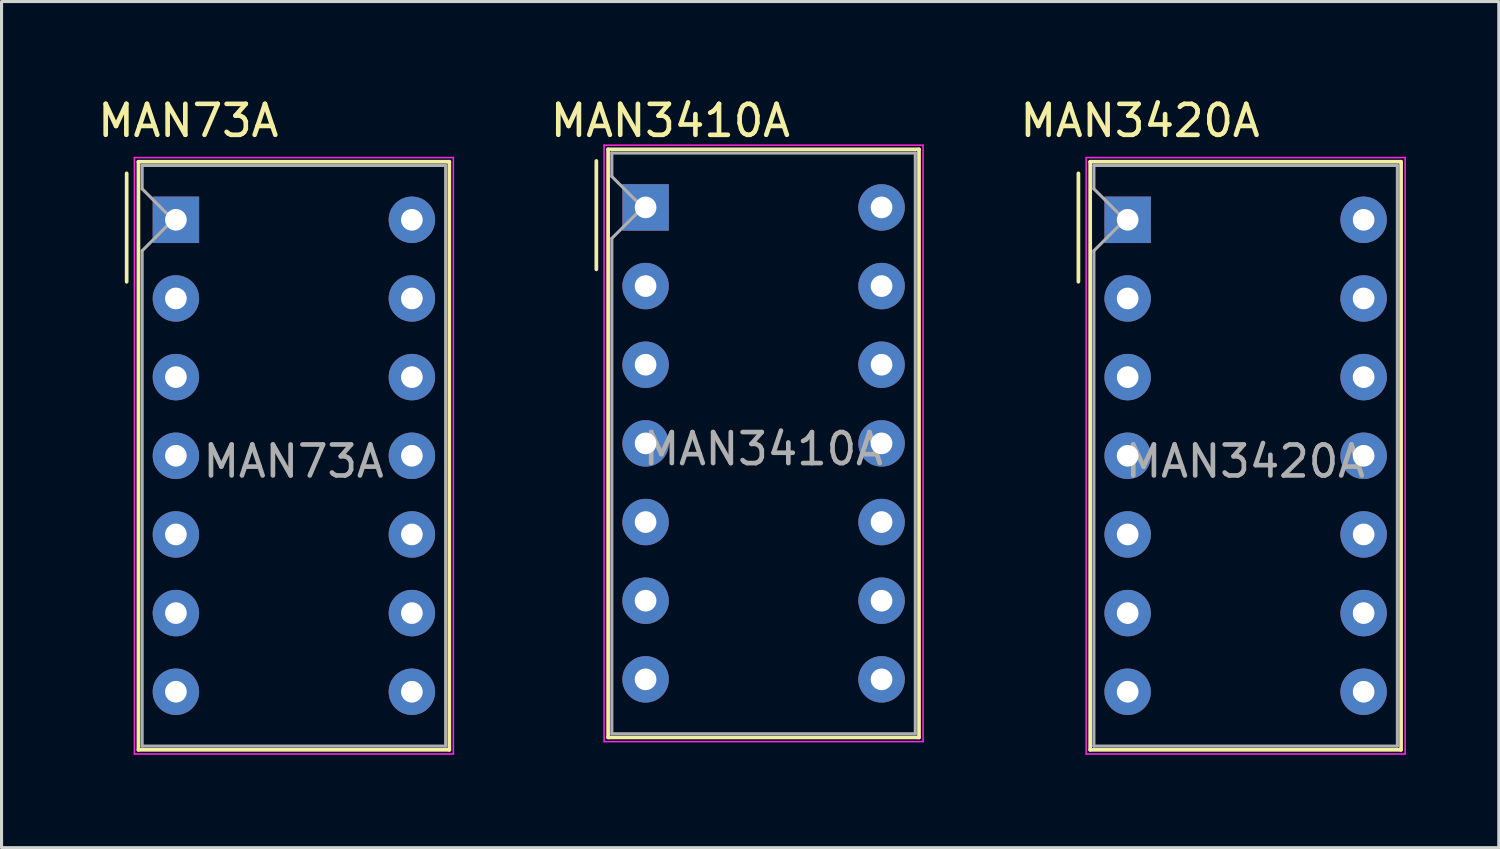
<source format=kicad_pcb>
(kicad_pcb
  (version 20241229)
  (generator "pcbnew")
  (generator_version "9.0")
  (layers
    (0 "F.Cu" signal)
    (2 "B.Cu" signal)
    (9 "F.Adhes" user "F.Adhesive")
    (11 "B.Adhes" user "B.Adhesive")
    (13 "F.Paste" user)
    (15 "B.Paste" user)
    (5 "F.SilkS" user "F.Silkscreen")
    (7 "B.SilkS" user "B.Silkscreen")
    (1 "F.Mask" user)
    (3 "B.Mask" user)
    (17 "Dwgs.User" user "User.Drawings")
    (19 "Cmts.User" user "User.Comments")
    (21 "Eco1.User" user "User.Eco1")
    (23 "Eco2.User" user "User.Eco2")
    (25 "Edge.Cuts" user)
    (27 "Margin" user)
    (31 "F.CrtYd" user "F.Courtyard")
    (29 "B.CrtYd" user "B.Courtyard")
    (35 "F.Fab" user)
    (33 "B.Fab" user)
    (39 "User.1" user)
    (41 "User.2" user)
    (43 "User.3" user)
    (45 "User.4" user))
  (footprint "MAN3410A"
    (layer "F.Cu")
    (at 17.797 3.648)
    (property "Reference" "MAN3410A" (at 0.8 -2.8 0) (layer "F.SilkS") (effects (font (size 1 1) (thickness 0.15))))
    (attr through_hole)
    (fp_line (start -1.59 -1.5) (end -1.59 2) (stroke (width 0.12) (type solid)) (layer "F.SilkS"))
    (fp_line (start -1.21 -1.875) (end 8.83 -1.875) (stroke (width 0.12) (type solid)) (layer "F.SilkS"))
    (fp_line (start -1.21 17.115) (end -1.21 -1.875) (stroke (width 0.12) (type solid)) (layer "F.SilkS"))
    (fp_line (start 8.83 -1.875) (end 8.83 17.115) (stroke (width 0.12) (type solid)) (layer "F.SilkS"))
    (fp_line (start 8.83 17.115) (end -1.21 17.115) (stroke (width 0.12) (type solid)) (layer "F.SilkS"))
    (fp_line (start -1.34 -2.01) (end 8.96 -2.01) (stroke (width 0.05) (type solid)) (layer "F.CrtYd"))
    (fp_line (start -1.34 17.25) (end -1.34 -2.01) (stroke (width 0.05) (type solid)) (layer "F.CrtYd"))
    (fp_line (start 8.96 -2.01) (end 8.96 17.25) (stroke (width 0.05) (type solid)) (layer "F.CrtYd"))
    (fp_line (start 8.96 17.25) (end -1.34 17.25) (stroke (width 0.05) (type solid)) (layer "F.CrtYd"))
    (fp_line (start -1.09 -1.755) (end 8.71 -1.755) (stroke (width 0.1) (type solid)) (layer "F.Fab"))
    (fp_line (start -1.09 -1) (end -1.09 -1.755) (stroke (width 0.1) (type solid)) (layer "F.Fab"))
    (fp_line (start -1.09 1) (end -0.09 0) (stroke (width 0.1) (type solid)) (layer "F.Fab"))
    (fp_line (start -1.09 16.995) (end -1.09 1) (stroke (width 0.1) (type solid)) (layer "F.Fab"))
    (fp_line (start -0.09 0) (end -1.09 -1) (stroke (width 0.1) (type solid)) (layer "F.Fab"))
    (fp_line (start 8.71 -1.755) (end 8.71 16.995) (stroke (width 0.1) (type solid)) (layer "F.Fab"))
    (fp_line (start 8.71 16.995) (end -1.09 16.995) (stroke (width 0.1) (type solid)) (layer "F.Fab"))
    (fp_text user "${REFERENCE}" (at 3.8 7.8 0) (layer "F.Fab") (effects (font (size 1 1) (thickness 0.15))))
    (pad "1" thru_hole rect (at 0 0) (size 1.5 1.5) (drill 0.7) (layers "*.Cu" "*.Mask"))
    (pad "2" thru_hole circle (at 0 2.54) (size 1.5 1.5) (drill 0.7) (layers "*.Cu" "*.Mask"))
    (pad "3" thru_hole circle (at 0 5.08) (size 1.5 1.5) (drill 0.7) (layers "*.Cu" "*.Mask"))
    (pad "4" thru_hole circle (at 0 7.62) (size 1.5 1.5) (drill 0.7) (layers "*.Cu" "*.Mask"))
    (pad "5" thru_hole circle (at 0 10.16) (size 1.5 1.5) (drill 0.7) (layers "*.Cu" "*.Mask"))
    (pad "6" thru_hole circle (at 0 12.7) (size 1.5 1.5) (drill 0.7) (layers "*.Cu" "*.Mask"))
    (pad "7" thru_hole circle (at 0 15.24) (size 1.5 1.5) (drill 0.7) (layers "*.Cu" "*.Mask"))
    (pad "8" thru_hole circle (at 7.62 15.24) (size 1.5 1.5) (drill 0.7) (layers "*.Cu" "*.Mask"))
    (pad "9" thru_hole circle (at 7.62 12.7) (size 1.5 1.5) (drill 0.7) (layers "*.Cu" "*.Mask"))
    (pad "10" thru_hole circle (at 7.62 10.16) (size 1.5 1.5) (drill 0.7) (layers "*.Cu" "*.Mask"))
    (pad "11" thru_hole circle (at 7.62 7.62) (size 1.5 1.5) (drill 0.7) (layers "*.Cu" "*.Mask"))
    (pad "12" thru_hole circle (at 7.62 5.08) (size 1.5 1.5) (drill 0.7) (layers "*.Cu" "*.Mask"))
    (pad "13" thru_hole circle (at 7.62 2.54) (size 1.5 1.5) (drill 0.7) (layers "*.Cu" "*.Mask"))
    (pad "14" thru_hole circle (at 7.62 0) (size 1.5 1.5) (drill 0.7) (layers "*.Cu" "*.Mask")))
  (footprint "MAN73A"
    (layer "F.Cu")
    (at 2.63 4.048)
    (property "Reference" "MAN73A" (at 0.4 -3.2 0) (layer "F.SilkS") (effects (font (size 1 1) (thickness 0.15))))
    (attr through_hole)
    (fp_line (start -1.59 -1.5) (end -1.59 2) (stroke (width 0.12) (type solid)) (layer "F.SilkS"))
    (fp_line (start -1.21 -1.875) (end 8.83 -1.875) (stroke (width 0.12) (type solid)) (layer "F.SilkS"))
    (fp_line (start -1.21 17.115) (end -1.21 -1.875) (stroke (width 0.12) (type solid)) (layer "F.SilkS"))
    (fp_line (start 8.83 -1.875) (end 8.83 17.115) (stroke (width 0.12) (type solid)) (layer "F.SilkS"))
    (fp_line (start 8.83 17.115) (end -1.21 17.115) (stroke (width 0.12) (type solid)) (layer "F.SilkS"))
    (fp_line (start -1.34 -2.01) (end 8.96 -2.01) (stroke (width 0.05) (type solid)) (layer "F.CrtYd"))
    (fp_line (start -1.34 17.25) (end -1.34 -2.01) (stroke (width 0.05) (type solid)) (layer "F.CrtYd"))
    (fp_line (start 8.96 -2.01) (end 8.96 17.25) (stroke (width 0.05) (type solid)) (layer "F.CrtYd"))
    (fp_line (start 8.96 17.25) (end -1.34 17.25) (stroke (width 0.05) (type solid)) (layer "F.CrtYd"))
    (fp_line (start -1.09 -1.755) (end 8.71 -1.755) (stroke (width 0.1) (type solid)) (layer "F.Fab"))
    (fp_line (start -1.09 -1) (end -1.09 -1.755) (stroke (width 0.1) (type solid)) (layer "F.Fab"))
    (fp_line (start -1.09 1) (end -0.09 0) (stroke (width 0.1) (type solid)) (layer "F.Fab"))
    (fp_line (start -1.09 16.995) (end -1.09 1) (stroke (width 0.1) (type solid)) (layer "F.Fab"))
    (fp_line (start -0.09 0) (end -1.09 -1) (stroke (width 0.1) (type solid)) (layer "F.Fab"))
    (fp_line (start 8.71 -1.755) (end 8.71 16.995) (stroke (width 0.1) (type solid)) (layer "F.Fab"))
    (fp_line (start 8.71 16.995) (end -1.09 16.995) (stroke (width 0.1) (type solid)) (layer "F.Fab"))
    (fp_text user "${REFERENCE}" (at 3.8 7.8 0) (layer "F.Fab") (effects (font (size 1 1) (thickness 0.15))))
    (pad "1" thru_hole rect (at 0 0) (size 1.5 1.5) (drill 0.7) (layers "*.Cu" "*.Mask"))
    (pad "2" thru_hole circle (at 0 2.54) (size 1.5 1.5) (drill 0.7) (layers "*.Cu" "*.Mask"))
    (pad "3" thru_hole circle (at 0 5.08) (size 1.5 1.5) (drill 0.7) (layers "*.Cu" "*.Mask"))
    (pad "4" thru_hole circle (at 0 7.62) (size 1.5 1.5) (drill 0.7) (layers "*.Cu" "*.Mask"))
    (pad "5" thru_hole circle (at 0 10.16) (size 1.5 1.5) (drill 0.7) (layers "*.Cu" "*.Mask"))
    (pad "6" thru_hole circle (at 0 12.7) (size 1.5 1.5) (drill 0.7) (layers "*.Cu" "*.Mask"))
    (pad "7" thru_hole circle (at 0 15.24) (size 1.5 1.5) (drill 0.7) (layers "*.Cu" "*.Mask"))
    (pad "8" thru_hole circle (at 7.62 15.24) (size 1.5 1.5) (drill 0.7) (layers "*.Cu" "*.Mask"))
    (pad "9" thru_hole circle (at 7.62 12.7) (size 1.5 1.5) (drill 0.7) (layers "*.Cu" "*.Mask"))
    (pad "10" thru_hole circle (at 7.62 10.16) (size 1.5 1.5) (drill 0.7) (layers "*.Cu" "*.Mask"))
    (pad "11" thru_hole circle (at 7.62 7.62) (size 1.5 1.5) (drill 0.7) (layers "*.Cu" "*.Mask"))
    (pad "12" thru_hole circle (at 7.62 5.08) (size 1.5 1.5) (drill 0.7) (layers "*.Cu" "*.Mask"))
    (pad "13" thru_hole circle (at 7.62 2.54) (size 1.5 1.5) (drill 0.7) (layers "*.Cu" "*.Mask"))
    (pad "14" thru_hole circle (at 7.62 0) (size 1.5 1.5) (drill 0.7) (layers "*.Cu" "*.Mask")))
  (footprint "MAN3420A"
    (layer "F.Cu")
    (at 33.364 4.048)
    (property "Reference" "MAN3420A" (at 0.4 -3.2 0) (layer "F.SilkS") (effects (font (size 1 1) (thickness 0.15))))
    (attr through_hole)
    (fp_line (start -1.59 -1.5) (end -1.59 2) (stroke (width 0.12) (type solid)) (layer "F.SilkS"))
    (fp_line (start -1.21 -1.875) (end 8.83 -1.875) (stroke (width 0.12) (type solid)) (layer "F.SilkS"))
    (fp_line (start -1.21 17.115) (end -1.21 -1.875) (stroke (width 0.12) (type solid)) (layer "F.SilkS"))
    (fp_line (start 8.83 -1.875) (end 8.83 17.115) (stroke (width 0.12) (type solid)) (layer "F.SilkS"))
    (fp_line (start 8.83 17.115) (end -1.21 17.115) (stroke (width 0.12) (type solid)) (layer "F.SilkS"))
    (fp_line (start -1.34 -2.01) (end 8.96 -2.01) (stroke (width 0.05) (type solid)) (layer "F.CrtYd"))
    (fp_line (start -1.34 17.25) (end -1.34 -2.01) (stroke (width 0.05) (type solid)) (layer "F.CrtYd"))
    (fp_line (start 8.96 -2.01) (end 8.96 17.25) (stroke (width 0.05) (type solid)) (layer "F.CrtYd"))
    (fp_line (start 8.96 17.25) (end -1.34 17.25) (stroke (width 0.05) (type solid)) (layer "F.CrtYd"))
    (fp_line (start -1.09 -1.755) (end 8.71 -1.755) (stroke (width 0.1) (type solid)) (layer "F.Fab"))
    (fp_line (start -1.09 -1) (end -1.09 -1.755) (stroke (width 0.1) (type solid)) (layer "F.Fab"))
    (fp_line (start -1.09 1) (end -0.09 0) (stroke (width 0.1) (type solid)) (layer "F.Fab"))
    (fp_line (start -1.09 16.995) (end -1.09 1) (stroke (width 0.1) (type solid)) (layer "F.Fab"))
    (fp_line (start -0.09 0) (end -1.09 -1) (stroke (width 0.1) (type solid)) (layer "F.Fab"))
    (fp_line (start 8.71 -1.755) (end 8.71 16.995) (stroke (width 0.1) (type solid)) (layer "F.Fab"))
    (fp_line (start 8.71 16.995) (end -1.09 16.995) (stroke (width 0.1) (type solid)) (layer "F.Fab"))
    (fp_text user "${REFERENCE}" (at 3.8 7.8 0) (layer "F.Fab") (effects (font (size 1 1) (thickness 0.15))))
    (pad "1" thru_hole rect (at 0 0) (size 1.5 1.5) (drill 0.7) (layers "*.Cu" "*.Mask"))
    (pad "2" thru_hole circle (at 0 2.54) (size 1.5 1.5) (drill 0.7) (layers "*.Cu" "*.Mask"))
    (pad "3" thru_hole circle (at 0 5.08) (size 1.5 1.5) (drill 0.7) (layers "*.Cu" "*.Mask"))
    (pad "4" thru_hole circle (at 0 7.62) (size 1.5 1.5) (drill 0.7) (layers "*.Cu" "*.Mask"))
    (pad "5" thru_hole circle (at 0 10.16) (size 1.5 1.5) (drill 0.7) (layers "*.Cu" "*.Mask"))
    (pad "6" thru_hole circle (at 0 12.7) (size 1.5 1.5) (drill 0.7) (layers "*.Cu" "*.Mask"))
    (pad "7" thru_hole circle (at 0 15.24) (size 1.5 1.5) (drill 0.7) (layers "*.Cu" "*.Mask"))
    (pad "8" thru_hole circle (at 7.62 15.24) (size 1.5 1.5) (drill 0.7) (layers "*.Cu" "*.Mask"))
    (pad "9" thru_hole circle (at 7.62 12.7) (size 1.5 1.5) (drill 0.7) (layers "*.Cu" "*.Mask"))
    (pad "10" thru_hole circle (at 7.62 10.16) (size 1.5 1.5) (drill 0.7) (layers "*.Cu" "*.Mask"))
    (pad "11" thru_hole circle (at 7.62 7.62) (size 1.5 1.5) (drill 0.7) (layers "*.Cu" "*.Mask"))
    (pad "12" thru_hole circle (at 7.62 5.08) (size 1.5 1.5) (drill 0.7) (layers "*.Cu" "*.Mask"))
    (pad "13" thru_hole circle (at 7.62 2.54) (size 1.5 1.5) (drill 0.7) (layers "*.Cu" "*.Mask"))
    (pad "14" thru_hole circle (at 7.62 0) (size 1.5 1.5) (drill 0.7) (layers "*.Cu" "*.Mask")))
  (gr_rect
    (start -3 -3)
    (end 45.349 24.323)
    (stroke (width 0.1) (type default))
    (fill no)
    (layer "Edge.Cuts")))
</source>
